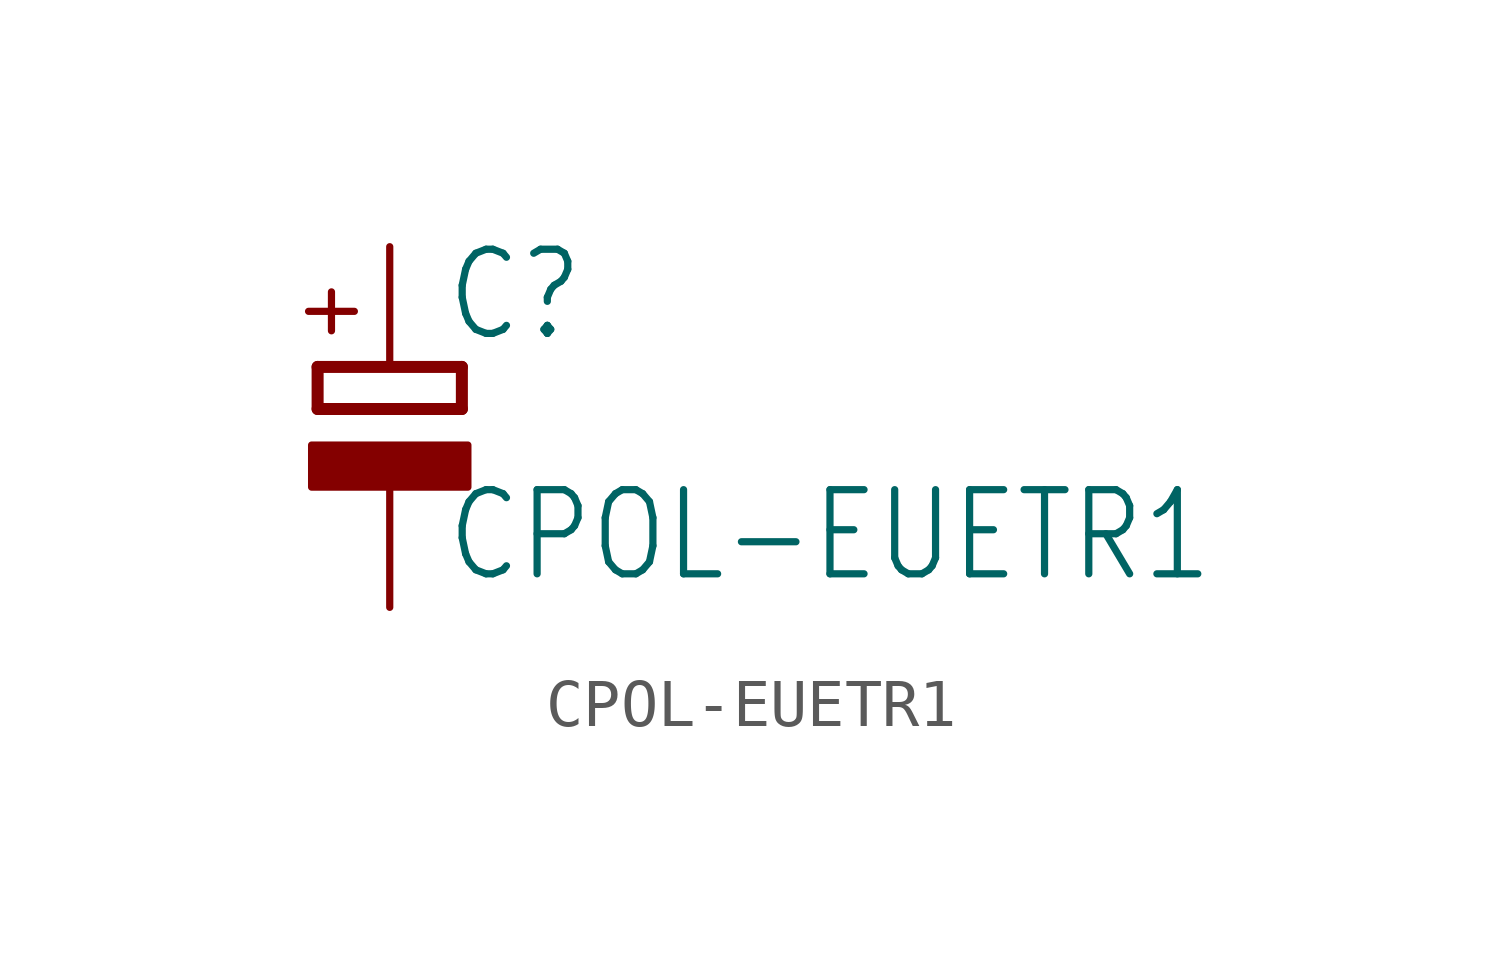
<source format=kicad_sym>
(kicad_symbol_lib
  (version 20210619)
  (generator kicad_symbol_editor)
  (symbol "CPOL-EUETR1"
    (property "Reference" "C"
      (at 1.143 0.483 0)
      (effects (font (size 1.778 1.511)) (justify left bottom)))
    (property "Value" "CPOL-EUETR1"
      (at 1.143 -4.597 0)
      (effects (font (size 1.778 1.511)) (justify left bottom)))
    (property "ki_locked" ""
      (at 0 0 0)
      (effects (font (size 1.27 1.27))))
    (symbol "CPOL-EUETR1_1_0"
      (text "+" (at -0.584 0.406 900) (effects (font (size 1.27 1.079)) (justify left bottom)))
      (rectangle (start -1.651 -2.54) (end 1.651 -1.651) (stroke (width 0)) (fill (type outline)))
      (polyline (pts (xy -1.524 -0.889) (xy 1.524 -0.889)) (stroke (width 0.254)) (fill (type none)))
      (polyline (pts (xy -1.524 0) (xy -1.524 -0.889)) (stroke (width 0.254)) (fill (type none)))
      (polyline (pts (xy -1.524 0) (xy 1.524 0)) (stroke (width 0.254)) (fill (type none)))
      (polyline (pts (xy 1.524 -0.889) (xy 1.524 0)) (stroke (width 0.254)) (fill (type none)))
      (pin passive line (at 0 2.54 270) (length 2.54) (name "+" (effects (font (size 0 0)))) (number "+" (effects (font (size 0 0)))))
      (pin passive line (at 0 -5.08 90) (length 2.54) (name "-" (effects (font (size 0 0)))) (number "-" (effects (font (size 0 0))))))))
</source>
